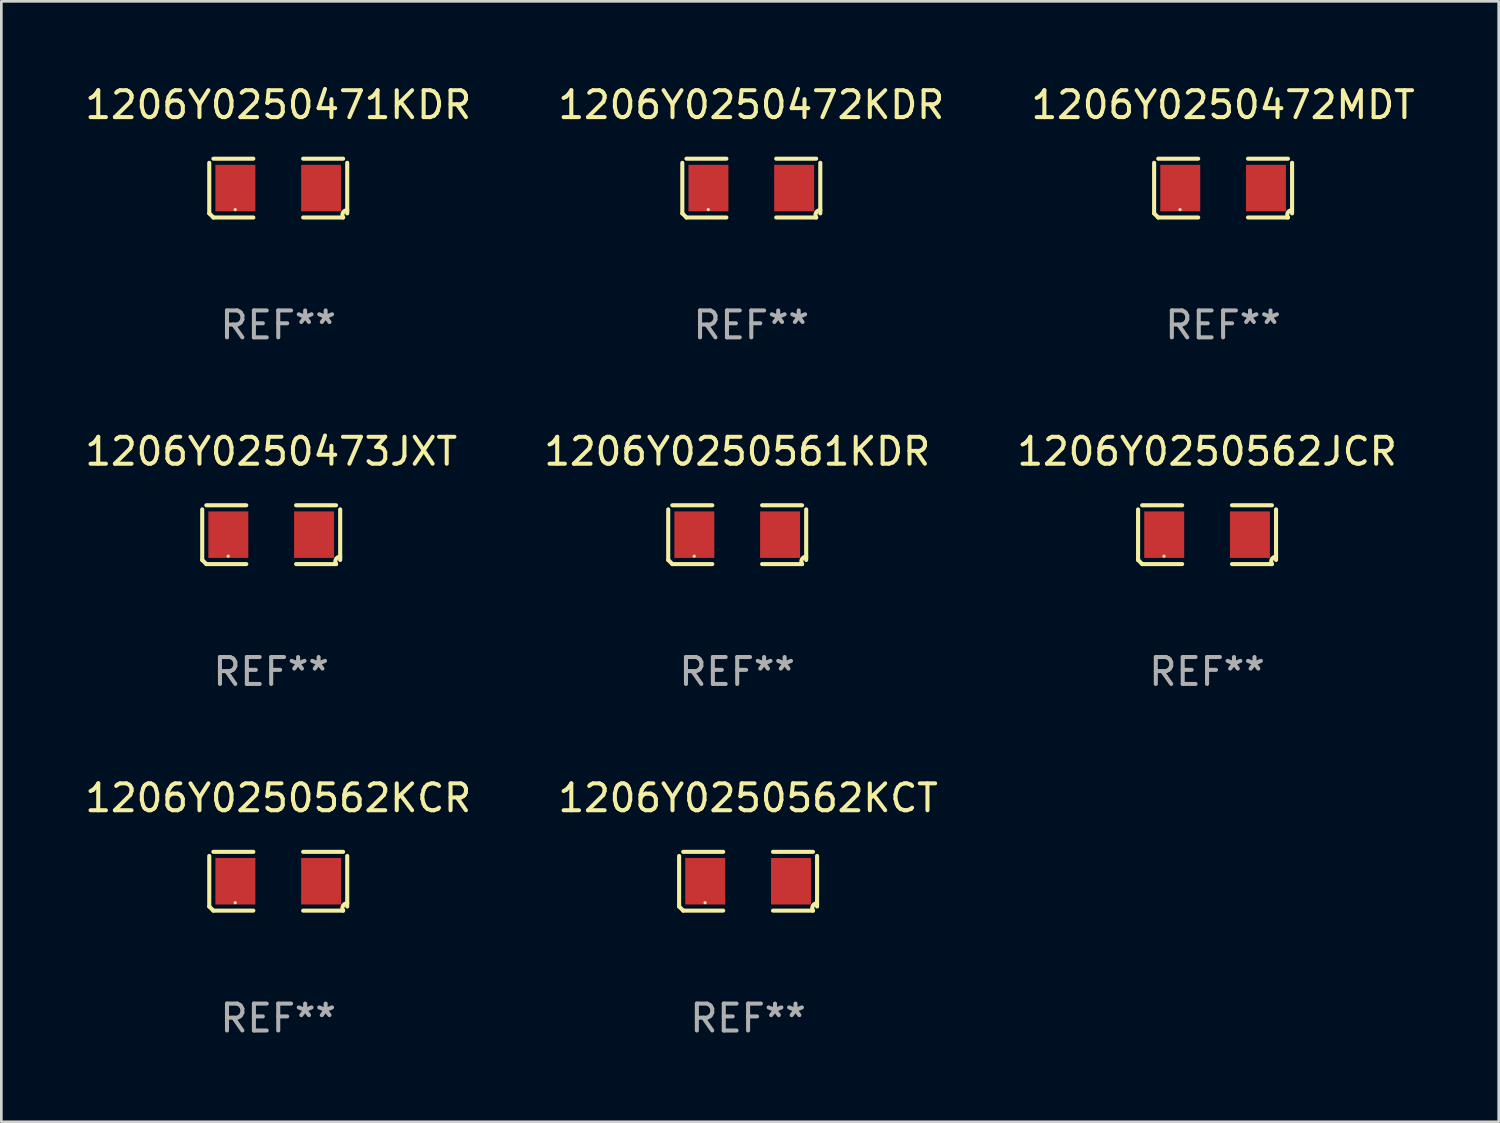
<source format=kicad_pcb>
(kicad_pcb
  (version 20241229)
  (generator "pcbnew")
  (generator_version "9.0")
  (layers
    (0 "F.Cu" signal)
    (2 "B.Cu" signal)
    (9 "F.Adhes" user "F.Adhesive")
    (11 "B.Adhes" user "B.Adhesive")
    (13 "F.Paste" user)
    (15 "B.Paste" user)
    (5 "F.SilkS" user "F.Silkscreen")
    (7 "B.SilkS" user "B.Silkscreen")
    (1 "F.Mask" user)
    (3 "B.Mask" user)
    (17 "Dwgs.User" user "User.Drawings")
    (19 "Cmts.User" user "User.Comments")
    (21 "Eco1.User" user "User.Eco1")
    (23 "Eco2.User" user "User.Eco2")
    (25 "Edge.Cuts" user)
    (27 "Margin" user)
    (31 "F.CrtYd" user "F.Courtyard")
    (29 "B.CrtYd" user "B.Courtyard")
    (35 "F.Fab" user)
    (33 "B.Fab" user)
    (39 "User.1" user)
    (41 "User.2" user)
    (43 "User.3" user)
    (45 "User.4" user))
  (footprint "1206Y0250562KCR"
    (layer "F.Cu")
    (at 7.292 29.704)
    (property "Reference" "1206Y0250562KCR" (at 0 -3.093 0) (layer "F.SilkS") (effects (font (size 1 1) (thickness 0.15))))
    (attr through_hole)
    (fp_line (start -2.564 0.94) (end -2.564 -0.94) (stroke (width 0.152) (type solid)) (layer "F.SilkS"))
    (fp_line (start -2.411 -1.093) (end -0.926 -1.093) (stroke (width 0.152) (type solid)) (layer "F.SilkS"))
    (fp_line (start -0.926 1.093) (end -2.411 1.093) (stroke (width 0.152) (type solid)) (layer "F.SilkS"))
    (fp_line (start 0.926 1.093) (end 2.411 1.093) (stroke (width 0.152) (type solid)) (layer "F.SilkS"))
    (fp_line (start 2.411 -1.093) (end 0.926 -1.093) (stroke (width 0.152) (type solid)) (layer "F.SilkS"))
    (fp_line (start 2.564 0.94) (end 2.564 -0.94) (stroke (width 0.152) (type solid)) (layer "F.SilkS"))
    (fp_arc (start -2.411201 1.092609) (mid -2.487413 1.01642) (end -2.563602 0.940208) (stroke (width 0.1524) (type solid)) (layer "F.SilkS"))
    (fp_arc (start 2.411201 1.092609) (mid 2.407159 0.911226) (end 2.563602 0.819347) (stroke (width 0.1524) (type solid)) (layer "F.SilkS"))
    (fp_circle (center -1.6 0.8) (end -1.57 0.8) (stroke (width 0.06) (type solid)) (fill no) (layer "F.SilkS"))
    (fp_text user "REF**" (at 0 5.093 0) (layer "F.Fab") (effects (font (size 1 1) (thickness 0.15))))
    (pad "1" smd rect (at -1.593 0) (size 1.485 1.728) (layers "F.Cu" "F.Mask" "F.Paste"))
    (pad "2" smd rect (at 1.593 0) (size 1.485 1.728) (layers "F.Cu" "F.Mask" "F.Paste")))
  (footprint "1206Y0250471KDR"
    (layer "F.Cu")
    (at 7.292 3.941)
    (property "Reference" "1206Y0250471KDR" (at 0 -3.093 0) (layer "F.SilkS") (effects (font (size 1 1) (thickness 0.15))))
    (attr through_hole)
    (fp_line (start -2.564 0.94) (end -2.564 -0.94) (stroke (width 0.152) (type solid)) (layer "F.SilkS"))
    (fp_line (start -2.411 -1.093) (end -0.926 -1.093) (stroke (width 0.152) (type solid)) (layer "F.SilkS"))
    (fp_line (start -0.926 1.093) (end -2.411 1.093) (stroke (width 0.152) (type solid)) (layer "F.SilkS"))
    (fp_line (start 0.926 1.093) (end 2.411 1.093) (stroke (width 0.152) (type solid)) (layer "F.SilkS"))
    (fp_line (start 2.411 -1.093) (end 0.926 -1.093) (stroke (width 0.152) (type solid)) (layer "F.SilkS"))
    (fp_line (start 2.564 0.94) (end 2.564 -0.94) (stroke (width 0.152) (type solid)) (layer "F.SilkS"))
    (fp_arc (start -2.411201 1.092609) (mid -2.487413 1.01642) (end -2.563602 0.940208) (stroke (width 0.1524) (type solid)) (layer "F.SilkS"))
    (fp_arc (start 2.411201 1.092609) (mid 2.407159 0.911226) (end 2.563602 0.819347) (stroke (width 0.1524) (type solid)) (layer "F.SilkS"))
    (fp_circle (center -1.6 0.8) (end -1.57 0.8) (stroke (width 0.06) (type solid)) (fill no) (layer "F.SilkS"))
    (fp_text user "REF**" (at 0 5.093 0) (layer "F.Fab") (effects (font (size 1 1) (thickness 0.15))))
    (pad "1" smd rect (at -1.593 0) (size 1.485 1.728) (layers "F.Cu" "F.Mask" "F.Paste"))
    (pad "2" smd rect (at 1.593 0) (size 1.485 1.728) (layers "F.Cu" "F.Mask" "F.Paste")))
  (footprint "1206Y0250472MDT"
    (layer "F.Cu")
    (at 42.411 3.941)
    (property "Reference" "1206Y0250472MDT" (at 0 -3.093 0) (layer "F.SilkS") (effects (font (size 1 1) (thickness 0.15))))
    (attr through_hole)
    (fp_line (start -2.564 0.94) (end -2.564 -0.94) (stroke (width 0.152) (type solid)) (layer "F.SilkS"))
    (fp_line (start -2.411 -1.093) (end -0.926 -1.093) (stroke (width 0.152) (type solid)) (layer "F.SilkS"))
    (fp_line (start -0.926 1.093) (end -2.411 1.093) (stroke (width 0.152) (type solid)) (layer "F.SilkS"))
    (fp_line (start 0.926 1.093) (end 2.411 1.093) (stroke (width 0.152) (type solid)) (layer "F.SilkS"))
    (fp_line (start 2.411 -1.093) (end 0.926 -1.093) (stroke (width 0.152) (type solid)) (layer "F.SilkS"))
    (fp_line (start 2.564 0.94) (end 2.564 -0.94) (stroke (width 0.152) (type solid)) (layer "F.SilkS"))
    (fp_arc (start -2.411201 1.092609) (mid -2.487413 1.01642) (end -2.563602 0.940208) (stroke (width 0.1524) (type solid)) (layer "F.SilkS"))
    (fp_arc (start 2.411201 1.092609) (mid 2.407159 0.911226) (end 2.563602 0.819347) (stroke (width 0.1524) (type solid)) (layer "F.SilkS"))
    (fp_circle (center -1.6 0.8) (end -1.57 0.8) (stroke (width 0.06) (type solid)) (fill no) (layer "F.SilkS"))
    (fp_text user "REF**" (at 0 5.093 0) (layer "F.Fab") (effects (font (size 1 1) (thickness 0.15))))
    (pad "1" smd rect (at -1.593 0) (size 1.485 1.728) (layers "F.Cu" "F.Mask" "F.Paste"))
    (pad "2" smd rect (at 1.593 0) (size 1.485 1.728) (layers "F.Cu" "F.Mask" "F.Paste")))
  (footprint "1206Y0250561KDR"
    (layer "F.Cu")
    (at 24.351 16.823)
    (property "Reference" "1206Y0250561KDR" (at 0 -3.093 0) (layer "F.SilkS") (effects (font (size 1 1) (thickness 0.15))))
    (attr through_hole)
    (fp_line (start -2.564 0.94) (end -2.564 -0.94) (stroke (width 0.152) (type solid)) (layer "F.SilkS"))
    (fp_line (start -2.411 -1.093) (end -0.926 -1.093) (stroke (width 0.152) (type solid)) (layer "F.SilkS"))
    (fp_line (start -0.926 1.093) (end -2.411 1.093) (stroke (width 0.152) (type solid)) (layer "F.SilkS"))
    (fp_line (start 0.926 1.093) (end 2.411 1.093) (stroke (width 0.152) (type solid)) (layer "F.SilkS"))
    (fp_line (start 2.411 -1.093) (end 0.926 -1.093) (stroke (width 0.152) (type solid)) (layer "F.SilkS"))
    (fp_line (start 2.564 0.94) (end 2.564 -0.94) (stroke (width 0.152) (type solid)) (layer "F.SilkS"))
    (fp_arc (start -2.411201 1.092609) (mid -2.487413 1.01642) (end -2.563602 0.940208) (stroke (width 0.1524) (type solid)) (layer "F.SilkS"))
    (fp_arc (start 2.411201 1.092609) (mid 2.407159 0.911226) (end 2.563602 0.819347) (stroke (width 0.1524) (type solid)) (layer "F.SilkS"))
    (fp_circle (center -1.6 0.8) (end -1.57 0.8) (stroke (width 0.06) (type solid)) (fill no) (layer "F.SilkS"))
    (fp_text user "REF**" (at 0 5.093 0) (layer "F.Fab") (effects (font (size 1 1) (thickness 0.15))))
    (pad "1" smd rect (at -1.593 0) (size 1.485 1.728) (layers "F.Cu" "F.Mask" "F.Paste"))
    (pad "2" smd rect (at 1.593 0) (size 1.485 1.728) (layers "F.Cu" "F.Mask" "F.Paste")))
  (footprint "1206Y0250562JCR"
    (layer "F.Cu")
    (at 41.815 16.823)
    (property "Reference" "1206Y0250562JCR" (at 0 -3.093 0) (layer "F.SilkS") (effects (font (size 1 1) (thickness 0.15))))
    (attr through_hole)
    (fp_line (start -2.564 0.94) (end -2.564 -0.94) (stroke (width 0.152) (type solid)) (layer "F.SilkS"))
    (fp_line (start -2.411 -1.093) (end -0.926 -1.093) (stroke (width 0.152) (type solid)) (layer "F.SilkS"))
    (fp_line (start -0.926 1.093) (end -2.411 1.093) (stroke (width 0.152) (type solid)) (layer "F.SilkS"))
    (fp_line (start 0.926 1.093) (end 2.411 1.093) (stroke (width 0.152) (type solid)) (layer "F.SilkS"))
    (fp_line (start 2.411 -1.093) (end 0.926 -1.093) (stroke (width 0.152) (type solid)) (layer "F.SilkS"))
    (fp_line (start 2.564 0.94) (end 2.564 -0.94) (stroke (width 0.152) (type solid)) (layer "F.SilkS"))
    (fp_arc (start -2.411201 1.092609) (mid -2.487413 1.01642) (end -2.563602 0.940208) (stroke (width 0.1524) (type solid)) (layer "F.SilkS"))
    (fp_arc (start 2.411201 1.092609) (mid 2.407159 0.911226) (end 2.563602 0.819347) (stroke (width 0.1524) (type solid)) (layer "F.SilkS"))
    (fp_circle (center -1.6 0.8) (end -1.57 0.8) (stroke (width 0.06) (type solid)) (fill no) (layer "F.SilkS"))
    (fp_text user "REF**" (at 0 5.093 0) (layer "F.Fab") (effects (font (size 1 1) (thickness 0.15))))
    (pad "1" smd rect (at -1.593 0) (size 1.485 1.728) (layers "F.Cu" "F.Mask" "F.Paste"))
    (pad "2" smd rect (at 1.593 0) (size 1.485 1.728) (layers "F.Cu" "F.Mask" "F.Paste")))
  (footprint "1206Y0250472KDR"
    (layer "F.Cu")
    (at 24.875 3.941)
    (property "Reference" "1206Y0250472KDR" (at 0 -3.093 0) (layer "F.SilkS") (effects (font (size 1 1) (thickness 0.15))))
    (attr through_hole)
    (fp_line (start -2.564 0.94) (end -2.564 -0.94) (stroke (width 0.152) (type solid)) (layer "F.SilkS"))
    (fp_line (start -2.411 -1.093) (end -0.926 -1.093) (stroke (width 0.152) (type solid)) (layer "F.SilkS"))
    (fp_line (start -0.926 1.093) (end -2.411 1.093) (stroke (width 0.152) (type solid)) (layer "F.SilkS"))
    (fp_line (start 0.926 1.093) (end 2.411 1.093) (stroke (width 0.152) (type solid)) (layer "F.SilkS"))
    (fp_line (start 2.411 -1.093) (end 0.926 -1.093) (stroke (width 0.152) (type solid)) (layer "F.SilkS"))
    (fp_line (start 2.564 0.94) (end 2.564 -0.94) (stroke (width 0.152) (type solid)) (layer "F.SilkS"))
    (fp_arc (start -2.411201 1.092609) (mid -2.487413 1.01642) (end -2.563602 0.940208) (stroke (width 0.1524) (type solid)) (layer "F.SilkS"))
    (fp_arc (start 2.411201 1.092609) (mid 2.407159 0.911226) (end 2.563602 0.819347) (stroke (width 0.1524) (type solid)) (layer "F.SilkS"))
    (fp_circle (center -1.6 0.8) (end -1.57 0.8) (stroke (width 0.06) (type solid)) (fill no) (layer "F.SilkS"))
    (fp_text user "REF**" (at 0 5.093 0) (layer "F.Fab") (effects (font (size 1 1) (thickness 0.15))))
    (pad "1" smd rect (at -1.593 0) (size 1.485 1.728) (layers "F.Cu" "F.Mask" "F.Paste"))
    (pad "2" smd rect (at 1.593 0) (size 1.485 1.728) (layers "F.Cu" "F.Mask" "F.Paste")))
  (footprint "1206Y0250473JXT"
    (layer "F.Cu")
    (at 7.03 16.823)
    (property "Reference" "1206Y0250473JXT" (at 0 -3.093 0) (layer "F.SilkS") (effects (font (size 1 1) (thickness 0.15))))
    (attr through_hole)
    (fp_line (start -2.564 0.94) (end -2.564 -0.94) (stroke (width 0.152) (type solid)) (layer "F.SilkS"))
    (fp_line (start -2.411 -1.093) (end -0.926 -1.093) (stroke (width 0.152) (type solid)) (layer "F.SilkS"))
    (fp_line (start -0.926 1.093) (end -2.411 1.093) (stroke (width 0.152) (type solid)) (layer "F.SilkS"))
    (fp_line (start 0.926 1.093) (end 2.411 1.093) (stroke (width 0.152) (type solid)) (layer "F.SilkS"))
    (fp_line (start 2.411 -1.093) (end 0.926 -1.093) (stroke (width 0.152) (type solid)) (layer "F.SilkS"))
    (fp_line (start 2.564 0.94) (end 2.564 -0.94) (stroke (width 0.152) (type solid)) (layer "F.SilkS"))
    (fp_arc (start -2.411201 1.092609) (mid -2.487413 1.01642) (end -2.563602 0.940208) (stroke (width 0.1524) (type solid)) (layer "F.SilkS"))
    (fp_arc (start 2.411201 1.092609) (mid 2.407159 0.911226) (end 2.563602 0.819347) (stroke (width 0.1524) (type solid)) (layer "F.SilkS"))
    (fp_circle (center -1.6 0.8) (end -1.57 0.8) (stroke (width 0.06) (type solid)) (fill no) (layer "F.SilkS"))
    (fp_text user "REF**" (at 0 5.093 0) (layer "F.Fab") (effects (font (size 1 1) (thickness 0.15))))
    (pad "1" smd rect (at -1.593 0) (size 1.485 1.728) (layers "F.Cu" "F.Mask" "F.Paste"))
    (pad "2" smd rect (at 1.593 0) (size 1.485 1.728) (layers "F.Cu" "F.Mask" "F.Paste")))
  (footprint "1206Y0250562KCT"
    (layer "F.Cu")
    (at 24.756 29.704)
    (property "Reference" "1206Y0250562KCT" (at 0 -3.093 0) (layer "F.SilkS") (effects (font (size 1 1) (thickness 0.15))))
    (attr through_hole)
    (fp_line (start -2.564 0.94) (end -2.564 -0.94) (stroke (width 0.152) (type solid)) (layer "F.SilkS"))
    (fp_line (start -2.411 -1.093) (end -0.926 -1.093) (stroke (width 0.152) (type solid)) (layer "F.SilkS"))
    (fp_line (start -0.926 1.093) (end -2.411 1.093) (stroke (width 0.152) (type solid)) (layer "F.SilkS"))
    (fp_line (start 0.926 1.093) (end 2.411 1.093) (stroke (width 0.152) (type solid)) (layer "F.SilkS"))
    (fp_line (start 2.411 -1.093) (end 0.926 -1.093) (stroke (width 0.152) (type solid)) (layer "F.SilkS"))
    (fp_line (start 2.564 0.94) (end 2.564 -0.94) (stroke (width 0.152) (type solid)) (layer "F.SilkS"))
    (fp_arc (start -2.411201 1.092609) (mid -2.487413 1.01642) (end -2.563602 0.940208) (stroke (width 0.1524) (type solid)) (layer "F.SilkS"))
    (fp_arc (start 2.411201 1.092609) (mid 2.407159 0.911226) (end 2.563602 0.819347) (stroke (width 0.1524) (type solid)) (layer "F.SilkS"))
    (fp_circle (center -1.6 0.8) (end -1.57 0.8) (stroke (width 0.06) (type solid)) (fill no) (layer "F.SilkS"))
    (fp_text user "REF**" (at 0 5.093 0) (layer "F.Fab") (effects (font (size 1 1) (thickness 0.15))))
    (pad "1" smd rect (at -1.593 0) (size 1.485 1.728) (layers "F.Cu" "F.Mask" "F.Paste"))
    (pad "2" smd rect (at 1.593 0) (size 1.485 1.728) (layers "F.Cu" "F.Mask" "F.Paste")))
  (gr_rect
    (start -3 -3)
    (end 52.655 38.645)
    (stroke (width 0.1) (type default))
    (fill no)
    (layer "Edge.Cuts")))
</source>
